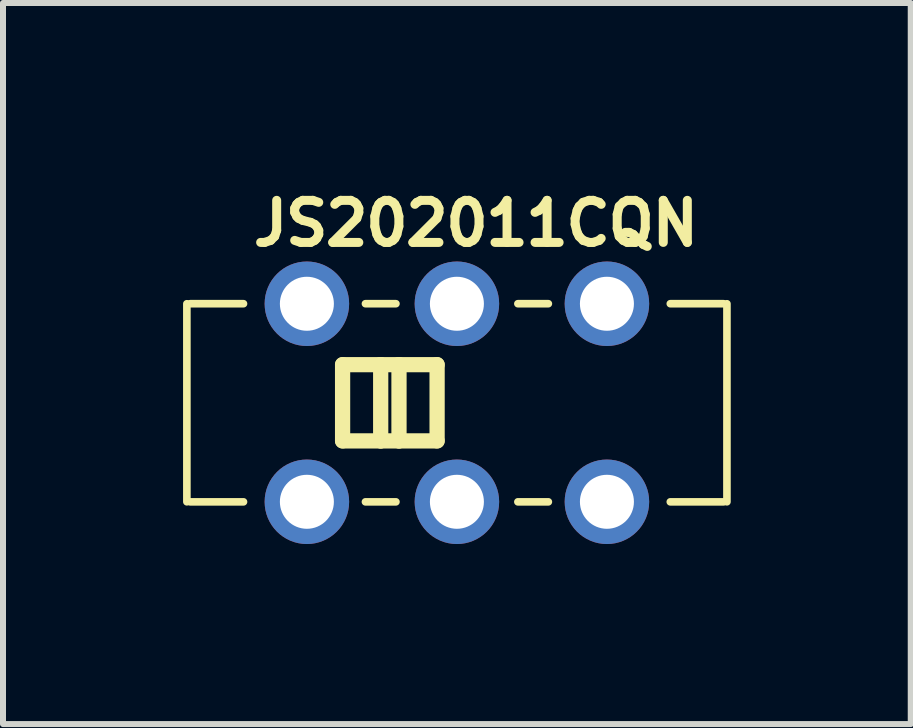
<source format=kicad_pcb>
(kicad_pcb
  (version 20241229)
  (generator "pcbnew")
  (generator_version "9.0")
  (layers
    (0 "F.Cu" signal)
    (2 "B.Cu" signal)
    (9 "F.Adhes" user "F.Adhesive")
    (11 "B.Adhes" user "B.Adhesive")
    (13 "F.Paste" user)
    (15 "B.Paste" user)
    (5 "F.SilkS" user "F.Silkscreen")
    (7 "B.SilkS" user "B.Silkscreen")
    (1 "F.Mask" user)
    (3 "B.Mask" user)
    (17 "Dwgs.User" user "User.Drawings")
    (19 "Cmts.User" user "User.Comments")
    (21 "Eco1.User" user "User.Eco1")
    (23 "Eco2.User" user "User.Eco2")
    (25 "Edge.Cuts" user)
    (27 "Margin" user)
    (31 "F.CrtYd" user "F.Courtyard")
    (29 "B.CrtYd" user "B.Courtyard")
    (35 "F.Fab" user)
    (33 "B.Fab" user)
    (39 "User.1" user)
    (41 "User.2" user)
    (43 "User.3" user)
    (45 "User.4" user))
  (footprint "JS202011CQN"
    (layer "F.Cu")
    (at 4.564 3.662)
    (property "Reference" "JS202011CQN" (at 0.318 -2.989 0) (layer "F.SilkS") (effects (font (size 0.701 0.701) (thickness 0.15))))
    (attr through_hole)
    (fp_line (start -4.5 1.65) (end -4.5 -1.65) (stroke (width 0.127) (type solid)) (layer "F.SilkS"))
    (fp_line (start -4.445 -1.651) (end -3.556 -1.651) (stroke (width 0.127) (type solid)) (layer "F.SilkS"))
    (fp_line (start -4.445 1.651) (end -3.556 1.651) (stroke (width 0.127) (type solid)) (layer "F.SilkS"))
    (fp_line (start -1.905 -0.635) (end -1.905 0.635) (stroke (width 0.254) (type solid)) (layer "F.SilkS"))
    (fp_line (start -1.905 0.635) (end -1.27 0.635) (stroke (width 0.254) (type solid)) (layer "F.SilkS"))
    (fp_line (start -1.524 -1.651) (end -1.016 -1.651) (stroke (width 0.127) (type solid)) (layer "F.SilkS"))
    (fp_line (start -1.524 1.651) (end -1.016 1.651) (stroke (width 0.127) (type solid)) (layer "F.SilkS"))
    (fp_line (start -1.27 -0.635) (end -1.905 -0.635) (stroke (width 0.254) (type solid)) (layer "F.SilkS"))
    (fp_line (start -1.27 -0.635) (end -1.27 0.635) (stroke (width 0.254) (type solid)) (layer "F.SilkS"))
    (fp_line (start -1.27 0.635) (end -0.965 0.635) (stroke (width 0.254) (type solid)) (layer "F.SilkS"))
    (fp_line (start -0.965 -0.635) (end -1.27 -0.635) (stroke (width 0.254) (type solid)) (layer "F.SilkS"))
    (fp_line (start -0.965 -0.635) (end -0.965 0.635) (stroke (width 0.254) (type solid)) (layer "F.SilkS"))
    (fp_line (start -0.965 0.635) (end -0.33 0.635) (stroke (width 0.254) (type solid)) (layer "F.SilkS"))
    (fp_line (start -0.33 -0.635) (end -0.965 -0.635) (stroke (width 0.254) (type solid)) (layer "F.SilkS"))
    (fp_line (start -0.33 0.635) (end -0.33 -0.635) (stroke (width 0.254) (type solid)) (layer "F.SilkS"))
    (fp_line (start 1.016 -1.651) (end 1.524 -1.651) (stroke (width 0.127) (type solid)) (layer "F.SilkS"))
    (fp_line (start 1.016 1.651) (end 1.524 1.651) (stroke (width 0.127) (type solid)) (layer "F.SilkS"))
    (fp_line (start 4.445 -1.651) (end 3.556 -1.651) (stroke (width 0.127) (type solid)) (layer "F.SilkS"))
    (fp_line (start 4.445 1.651) (end 3.556 1.651) (stroke (width 0.127) (type solid)) (layer "F.SilkS"))
    (fp_line (start 4.5 -1.65) (end 4.5 1.65) (stroke (width 0.127) (type solid)) (layer "F.SilkS"))
    (pad "1" thru_hole circle (at -2.5 -1.65) (size 1.408 1.408) (drill 0.9) (layers "*.Cu" "*.Mask"))
    (pad "2" thru_hole circle (at 0 -1.65) (size 1.408 1.408) (drill 0.9) (layers "*.Cu" "*.Mask"))
    (pad "3" thru_hole circle (at 2.5 -1.65) (size 1.408 1.408) (drill 0.9) (layers "*.Cu" "*.Mask"))
    (pad "4" thru_hole circle (at -2.5 1.65) (size 1.408 1.408) (drill 0.9) (layers "*.Cu" "*.Mask"))
    (pad "5" thru_hole circle (at 0 1.65) (size 1.408 1.408) (drill 0.9) (layers "*.Cu" "*.Mask"))
    (pad "6" thru_hole circle (at 2.5 1.65) (size 1.408 1.408) (drill 0.9) (layers "*.Cu" "*.Mask")))
  (gr_rect
    (start -3 -3)
    (end 12.127 9.016)
    (stroke (width 0.1) (type default))
    (fill no)
    (layer "Edge.Cuts")))
</source>
